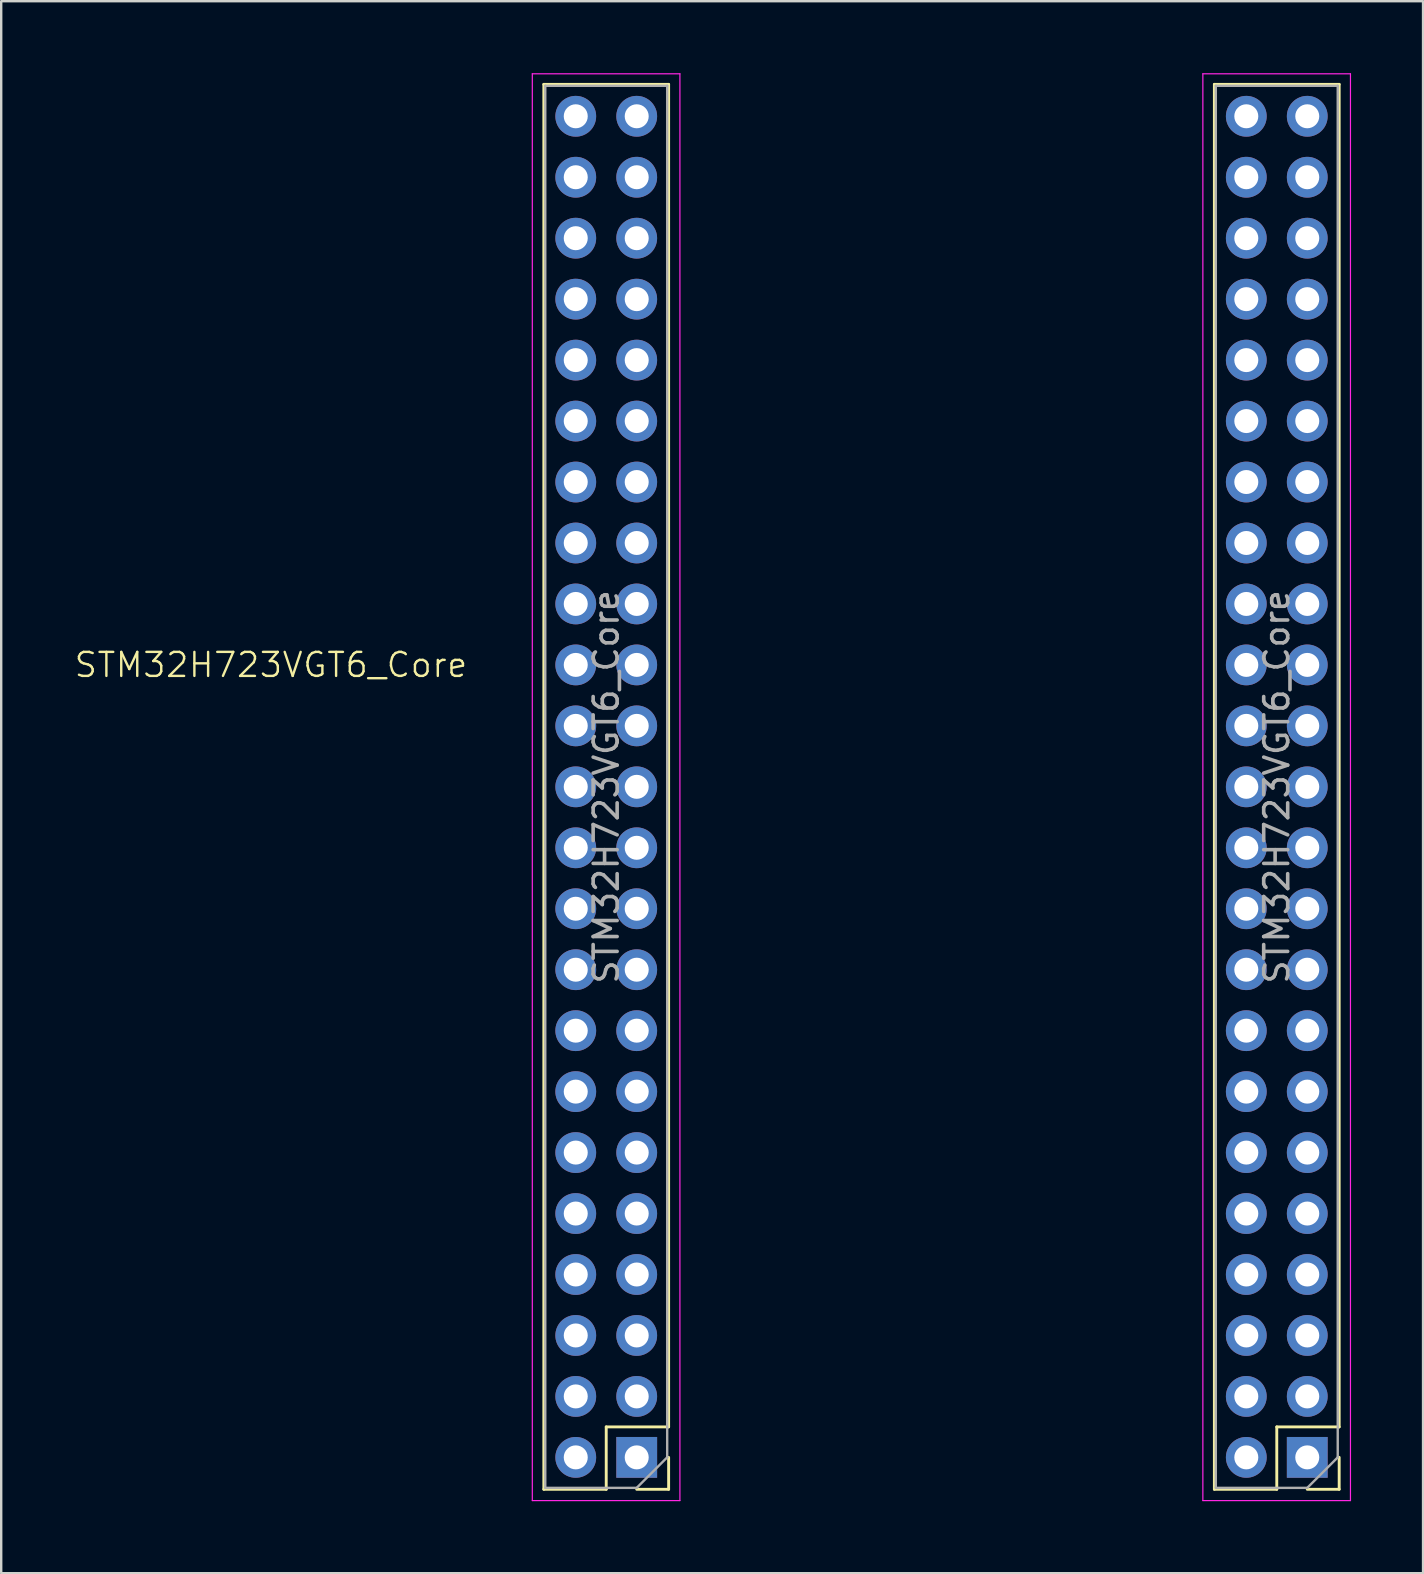
<source format=kicad_pcb>
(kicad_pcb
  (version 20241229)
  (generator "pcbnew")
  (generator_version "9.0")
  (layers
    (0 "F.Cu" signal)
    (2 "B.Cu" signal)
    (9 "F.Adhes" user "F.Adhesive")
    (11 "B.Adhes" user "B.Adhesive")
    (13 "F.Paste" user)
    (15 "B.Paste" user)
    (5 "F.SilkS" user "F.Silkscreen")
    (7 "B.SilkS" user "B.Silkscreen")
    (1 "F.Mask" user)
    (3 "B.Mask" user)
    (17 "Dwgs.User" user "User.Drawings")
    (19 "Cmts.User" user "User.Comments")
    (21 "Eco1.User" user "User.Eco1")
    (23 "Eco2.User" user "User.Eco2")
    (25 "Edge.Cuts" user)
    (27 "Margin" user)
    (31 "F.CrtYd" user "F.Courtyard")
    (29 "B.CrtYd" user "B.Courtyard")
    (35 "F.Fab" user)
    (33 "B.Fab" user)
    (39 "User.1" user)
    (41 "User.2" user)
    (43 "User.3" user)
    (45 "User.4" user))
  (footprint "STM32H723VGT6_Core"
    (layer "F.Cu")
    (at 20.94 29.735)
    (property "Reference" "STM32H723VGT6_Core" (at -12.7 -5.08 0) (unlocked yes) (layer "F.SilkS") (effects (font (size 1 1) (thickness 0.1))))
    (attr through_hole)
    (fp_line (start -1.33 29.27) (end -1.33 -29.27) (stroke (width 0.12) (type solid)) (layer "F.SilkS"))
    (fp_line (start 1.27 26.67) (end 1.27 29.27) (stroke (width 0.12) (type solid)) (layer "F.SilkS"))
    (fp_line (start 1.27 29.27) (end -1.33 29.27) (stroke (width 0.12) (type solid)) (layer "F.SilkS"))
    (fp_line (start 3.87 -29.27) (end -1.33 -29.27) (stroke (width 0.12) (type solid)) (layer "F.SilkS"))
    (fp_line (start 3.87 26.67) (end 1.27 26.67) (stroke (width 0.12) (type solid)) (layer "F.SilkS"))
    (fp_line (start 3.87 26.67) (end 3.87 -29.27) (stroke (width 0.12) (type solid)) (layer "F.SilkS"))
    (fp_line (start 3.87 27.94) (end 3.87 29.27) (stroke (width 0.12) (type solid)) (layer "F.SilkS"))
    (fp_line (start 3.87 29.27) (end 2.54 29.27) (stroke (width 0.12) (type solid)) (layer "F.SilkS"))
    (fp_line (start 26.61 29.27) (end 26.61 -29.27) (stroke (width 0.12) (type solid)) (layer "F.SilkS"))
    (fp_line (start 29.21 26.67) (end 29.21 29.27) (stroke (width 0.12) (type solid)) (layer "F.SilkS"))
    (fp_line (start 29.21 29.27) (end 26.61 29.27) (stroke (width 0.12) (type solid)) (layer "F.SilkS"))
    (fp_line (start 31.81 -29.27) (end 26.61 -29.27) (stroke (width 0.12) (type solid)) (layer "F.SilkS"))
    (fp_line (start 31.81 26.67) (end 29.21 26.67) (stroke (width 0.12) (type solid)) (layer "F.SilkS"))
    (fp_line (start 31.81 26.67) (end 31.81 -29.27) (stroke (width 0.12) (type solid)) (layer "F.SilkS"))
    (fp_line (start 31.81 27.94) (end 31.81 29.27) (stroke (width 0.12) (type solid)) (layer "F.SilkS"))
    (fp_line (start 31.81 29.27) (end 30.48 29.27) (stroke (width 0.12) (type solid)) (layer "F.SilkS"))
    (fp_line (start -1.81 -29.71) (end -1.81 29.74) (stroke (width 0.05) (type solid)) (layer "F.CrtYd"))
    (fp_line (start -1.81 29.74) (end 4.34 29.74) (stroke (width 0.05) (type solid)) (layer "F.CrtYd"))
    (fp_line (start 4.34 -29.71) (end -1.81 -29.71) (stroke (width 0.05) (type solid)) (layer "F.CrtYd"))
    (fp_line (start 4.34 29.74) (end 4.34 -29.71) (stroke (width 0.05) (type solid)) (layer "F.CrtYd"))
    (fp_line (start 26.13 -29.71) (end 26.13 29.74) (stroke (width 0.05) (type solid)) (layer "F.CrtYd"))
    (fp_line (start 26.13 29.74) (end 32.28 29.74) (stroke (width 0.05) (type solid)) (layer "F.CrtYd"))
    (fp_line (start 32.28 -29.71) (end 26.13 -29.71) (stroke (width 0.05) (type solid)) (layer "F.CrtYd"))
    (fp_line (start 32.28 29.74) (end 32.28 -29.71) (stroke (width 0.05) (type solid)) (layer "F.CrtYd"))
    (fp_line (start -1.27 -29.21) (end 3.81 -29.21) (stroke (width 0.1) (type solid)) (layer "F.Fab"))
    (fp_line (start -1.27 29.21) (end -1.27 -29.21) (stroke (width 0.1) (type solid)) (layer "F.Fab"))
    (fp_line (start 2.54 29.21) (end -1.27 29.21) (stroke (width 0.1) (type solid)) (layer "F.Fab"))
    (fp_line (start 3.81 -29.21) (end 3.81 27.94) (stroke (width 0.1) (type solid)) (layer "F.Fab"))
    (fp_line (start 3.81 27.94) (end 2.54 29.21) (stroke (width 0.1) (type solid)) (layer "F.Fab"))
    (fp_line (start 26.67 -29.21) (end 31.75 -29.21) (stroke (width 0.1) (type solid)) (layer "F.Fab"))
    (fp_line (start 26.67 29.21) (end 26.67 -29.21) (stroke (width 0.1) (type solid)) (layer "F.Fab"))
    (fp_line (start 30.48 29.21) (end 26.67 29.21) (stroke (width 0.1) (type solid)) (layer "F.Fab"))
    (fp_line (start 31.75 -29.21) (end 31.75 27.94) (stroke (width 0.1) (type solid)) (layer "F.Fab"))
    (fp_line (start 31.75 27.94) (end 30.48 29.21) (stroke (width 0.1) (type solid)) (layer "F.Fab"))
    (fp_text user "${REFERENCE}" (at 29.21 0 270) (layer "F.Fab") (effects (font (size 1 1) (thickness 0.15))))
    (fp_text user "${REFERENCE}" (at 1.27 0 270) (layer "F.Fab") (effects (font (size 1 1) (thickness 0.15))))
    (pad "1" thru_hole rect (at 2.54 27.94 180) (size 1.7 1.7) (drill 1) (layers "*.Cu" "*.Mask"))
    (pad "1" thru_hole rect (at 30.48 27.94 180) (size 1.7 1.7) (drill 1) (layers "*.Cu" "*.Mask"))
    (pad "2" thru_hole oval (at 0 27.94 180) (size 1.7 1.7) (drill 1) (layers "*.Cu" "*.Mask"))
    (pad "2" thru_hole oval (at 27.94 27.94 180) (size 1.7 1.7) (drill 1) (layers "*.Cu" "*.Mask"))
    (pad "3" thru_hole oval (at 2.54 25.4 180) (size 1.7 1.7) (drill 1) (layers "*.Cu" "*.Mask"))
    (pad "3" thru_hole oval (at 30.48 25.4 180) (size 1.7 1.7) (drill 1) (layers "*.Cu" "*.Mask"))
    (pad "4" thru_hole oval (at 0 25.4 180) (size 1.7 1.7) (drill 1) (layers "*.Cu" "*.Mask"))
    (pad "4" thru_hole oval (at 27.94 25.4 180) (size 1.7 1.7) (drill 1) (layers "*.Cu" "*.Mask"))
    (pad "5" thru_hole oval (at 2.54 22.86 180) (size 1.7 1.7) (drill 1) (layers "*.Cu" "*.Mask"))
    (pad "5" thru_hole oval (at 30.48 22.86 180) (size 1.7 1.7) (drill 1) (layers "*.Cu" "*.Mask"))
    (pad "6" thru_hole oval (at 0 22.86 180) (size 1.7 1.7) (drill 1) (layers "*.Cu" "*.Mask"))
    (pad "6" thru_hole oval (at 27.94 22.86 180) (size 1.7 1.7) (drill 1) (layers "*.Cu" "*.Mask"))
    (pad "7" thru_hole oval (at 2.54 20.32 180) (size 1.7 1.7) (drill 1) (layers "*.Cu" "*.Mask"))
    (pad "7" thru_hole oval (at 30.48 20.32 180) (size 1.7 1.7) (drill 1) (layers "*.Cu" "*.Mask"))
    (pad "8" thru_hole oval (at 0 20.32 180) (size 1.7 1.7) (drill 1) (layers "*.Cu" "*.Mask"))
    (pad "8" thru_hole oval (at 27.94 20.32 180) (size 1.7 1.7) (drill 1) (layers "*.Cu" "*.Mask"))
    (pad "9" thru_hole oval (at 2.54 17.78 180) (size 1.7 1.7) (drill 1) (layers "*.Cu" "*.Mask"))
    (pad "9" thru_hole oval (at 30.48 17.78 180) (size 1.7 1.7) (drill 1) (layers "*.Cu" "*.Mask"))
    (pad "10" thru_hole oval (at 0 17.78 180) (size 1.7 1.7) (drill 1) (layers "*.Cu" "*.Mask"))
    (pad "10" thru_hole oval (at 27.94 17.78 180) (size 1.7 1.7) (drill 1) (layers "*.Cu" "*.Mask"))
    (pad "11" thru_hole oval (at 2.54 15.24 180) (size 1.7 1.7) (drill 1) (layers "*.Cu" "*.Mask"))
    (pad "11" thru_hole oval (at 30.48 15.24 180) (size 1.7 1.7) (drill 1) (layers "*.Cu" "*.Mask"))
    (pad "12" thru_hole oval (at 0 15.24 180) (size 1.7 1.7) (drill 1) (layers "*.Cu" "*.Mask"))
    (pad "12" thru_hole oval (at 27.94 15.24 180) (size 1.7 1.7) (drill 1) (layers "*.Cu" "*.Mask"))
    (pad "13" thru_hole oval (at 2.54 12.7 180) (size 1.7 1.7) (drill 1) (layers "*.Cu" "*.Mask"))
    (pad "13" thru_hole oval (at 30.48 12.7 180) (size 1.7 1.7) (drill 1) (layers "*.Cu" "*.Mask"))
    (pad "14" thru_hole oval (at 0 12.7 180) (size 1.7 1.7) (drill 1) (layers "*.Cu" "*.Mask"))
    (pad "14" thru_hole oval (at 27.94 12.7 180) (size 1.7 1.7) (drill 1) (layers "*.Cu" "*.Mask"))
    (pad "15" thru_hole oval (at 2.54 10.16 180) (size 1.7 1.7) (drill 1) (layers "*.Cu" "*.Mask"))
    (pad "15" thru_hole oval (at 30.48 10.16 180) (size 1.7 1.7) (drill 1) (layers "*.Cu" "*.Mask"))
    (pad "16" thru_hole oval (at 0 10.16 180) (size 1.7 1.7) (drill 1) (layers "*.Cu" "*.Mask"))
    (pad "16" thru_hole oval (at 27.94 10.16 180) (size 1.7 1.7) (drill 1) (layers "*.Cu" "*.Mask"))
    (pad "17" thru_hole oval (at 2.54 7.62 180) (size 1.7 1.7) (drill 1) (layers "*.Cu" "*.Mask"))
    (pad "17" thru_hole oval (at 30.48 7.62 180) (size 1.7 1.7) (drill 1) (layers "*.Cu" "*.Mask"))
    (pad "18" thru_hole oval (at 0 7.62 180) (size 1.7 1.7) (drill 1) (layers "*.Cu" "*.Mask"))
    (pad "18" thru_hole oval (at 27.94 7.62 180) (size 1.7 1.7) (drill 1) (layers "*.Cu" "*.Mask"))
    (pad "19" thru_hole oval (at 2.54 5.08 180) (size 1.7 1.7) (drill 1) (layers "*.Cu" "*.Mask"))
    (pad "19" thru_hole oval (at 30.48 5.08 180) (size 1.7 1.7) (drill 1) (layers "*.Cu" "*.Mask"))
    (pad "20" thru_hole oval (at 0 5.08 180) (size 1.7 1.7) (drill 1) (layers "*.Cu" "*.Mask"))
    (pad "20" thru_hole oval (at 27.94 5.08 180) (size 1.7 1.7) (drill 1) (layers "*.Cu" "*.Mask"))
    (pad "21" thru_hole oval (at 2.54 2.54 180) (size 1.7 1.7) (drill 1) (layers "*.Cu" "*.Mask"))
    (pad "21" thru_hole oval (at 30.48 2.54 180) (size 1.7 1.7) (drill 1) (layers "*.Cu" "*.Mask"))
    (pad "22" thru_hole oval (at 0 2.54 180) (size 1.7 1.7) (drill 1) (layers "*.Cu" "*.Mask"))
    (pad "22" thru_hole oval (at 27.94 2.54 180) (size 1.7 1.7) (drill 1) (layers "*.Cu" "*.Mask"))
    (pad "23" thru_hole oval (at 2.54 0 180) (size 1.7 1.7) (drill 1) (layers "*.Cu" "*.Mask"))
    (pad "23" thru_hole oval (at 30.48 0 180) (size 1.7 1.7) (drill 1) (layers "*.Cu" "*.Mask"))
    (pad "24" thru_hole oval (at 0 0 180) (size 1.7 1.7) (drill 1) (layers "*.Cu" "*.Mask"))
    (pad "24" thru_hole oval (at 27.94 0 180) (size 1.7 1.7) (drill 1) (layers "*.Cu" "*.Mask"))
    (pad "25" thru_hole oval (at 2.54 -2.54 180) (size 1.7 1.7) (drill 1) (layers "*.Cu" "*.Mask"))
    (pad "25" thru_hole oval (at 30.48 -2.54 180) (size 1.7 1.7) (drill 1) (layers "*.Cu" "*.Mask"))
    (pad "26" thru_hole oval (at 0 -2.54 180) (size 1.7 1.7) (drill 1) (layers "*.Cu" "*.Mask"))
    (pad "26" thru_hole oval (at 27.94 -2.54 180) (size 1.7 1.7) (drill 1) (layers "*.Cu" "*.Mask"))
    (pad "27" thru_hole oval (at 2.54 -5.08 180) (size 1.7 1.7) (drill 1) (layers "*.Cu" "*.Mask"))
    (pad "27" thru_hole oval (at 30.48 -5.08 180) (size 1.7 1.7) (drill 1) (layers "*.Cu" "*.Mask"))
    (pad "28" thru_hole oval (at 0 -5.08 180) (size 1.7 1.7) (drill 1) (layers "*.Cu" "*.Mask"))
    (pad "28" thru_hole oval (at 27.94 -5.08 180) (size 1.7 1.7) (drill 1) (layers "*.Cu" "*.Mask"))
    (pad "29" thru_hole oval (at 2.54 -7.62 180) (size 1.7 1.7) (drill 1) (layers "*.Cu" "*.Mask"))
    (pad "29" thru_hole oval (at 30.48 -7.62 180) (size 1.7 1.7) (drill 1) (layers "*.Cu" "*.Mask"))
    (pad "30" thru_hole oval (at 0 -7.62 180) (size 1.7 1.7) (drill 1) (layers "*.Cu" "*.Mask"))
    (pad "30" thru_hole oval (at 27.94 -7.62 180) (size 1.7 1.7) (drill 1) (layers "*.Cu" "*.Mask"))
    (pad "31" thru_hole oval (at 2.54 -10.16 180) (size 1.7 1.7) (drill 1) (layers "*.Cu" "*.Mask"))
    (pad "31" thru_hole oval (at 30.48 -10.16 180) (size 1.7 1.7) (drill 1) (layers "*.Cu" "*.Mask"))
    (pad "32" thru_hole oval (at 0 -10.16 180) (size 1.7 1.7) (drill 1) (layers "*.Cu" "*.Mask"))
    (pad "32" thru_hole oval (at 27.94 -10.16 180) (size 1.7 1.7) (drill 1) (layers "*.Cu" "*.Mask"))
    (pad "33" thru_hole oval (at 2.54 -12.7 180) (size 1.7 1.7) (drill 1) (layers "*.Cu" "*.Mask"))
    (pad "33" thru_hole oval (at 30.48 -12.7 180) (size 1.7 1.7) (drill 1) (layers "*.Cu" "*.Mask"))
    (pad "34" thru_hole oval (at 0 -12.7 180) (size 1.7 1.7) (drill 1) (layers "*.Cu" "*.Mask"))
    (pad "34" thru_hole oval (at 27.94 -12.7 180) (size 1.7 1.7) (drill 1) (layers "*.Cu" "*.Mask"))
    (pad "35" thru_hole oval (at 2.54 -15.24 180) (size 1.7 1.7) (drill 1) (layers "*.Cu" "*.Mask"))
    (pad "35" thru_hole oval (at 30.48 -15.24 180) (size 1.7 1.7) (drill 1) (layers "*.Cu" "*.Mask"))
    (pad "36" thru_hole oval (at 0 -15.24 180) (size 1.7 1.7) (drill 1) (layers "*.Cu" "*.Mask"))
    (pad "36" thru_hole oval (at 27.94 -15.24 180) (size 1.7 1.7) (drill 1) (layers "*.Cu" "*.Mask"))
    (pad "37" thru_hole oval (at 2.54 -17.78 180) (size 1.7 1.7) (drill 1) (layers "*.Cu" "*.Mask"))
    (pad "37" thru_hole oval (at 30.48 -17.78 180) (size 1.7 1.7) (drill 1) (layers "*.Cu" "*.Mask"))
    (pad "38" thru_hole oval (at 0 -17.78 180) (size 1.7 1.7) (drill 1) (layers "*.Cu" "*.Mask"))
    (pad "38" thru_hole oval (at 27.94 -17.78 180) (size 1.7 1.7) (drill 1) (layers "*.Cu" "*.Mask"))
    (pad "39" thru_hole oval (at 2.54 -20.32 180) (size 1.7 1.7) (drill 1) (layers "*.Cu" "*.Mask"))
    (pad "39" thru_hole oval (at 30.48 -20.32 180) (size 1.7 1.7) (drill 1) (layers "*.Cu" "*.Mask"))
    (pad "40" thru_hole oval (at 0 -20.32 180) (size 1.7 1.7) (drill 1) (layers "*.Cu" "*.Mask"))
    (pad "40" thru_hole oval (at 27.94 -20.32 180) (size 1.7 1.7) (drill 1) (layers "*.Cu" "*.Mask"))
    (pad "41" thru_hole oval (at 2.54 -22.86 180) (size 1.7 1.7) (drill 1) (layers "*.Cu" "*.Mask"))
    (pad "41" thru_hole oval (at 30.48 -22.86 180) (size 1.7 1.7) (drill 1) (layers "*.Cu" "*.Mask"))
    (pad "42" thru_hole oval (at 0 -22.86 180) (size 1.7 1.7) (drill 1) (layers "*.Cu" "*.Mask"))
    (pad "42" thru_hole oval (at 27.94 -22.86 180) (size 1.7 1.7) (drill 1) (layers "*.Cu" "*.Mask"))
    (pad "43" thru_hole oval (at 2.54 -25.4 180) (size 1.7 1.7) (drill 1) (layers "*.Cu" "*.Mask"))
    (pad "43" thru_hole oval (at 30.48 -25.4 180) (size 1.7 1.7) (drill 1) (layers "*.Cu" "*.Mask"))
    (pad "44" thru_hole oval (at 0 -25.4 180) (size 1.7 1.7) (drill 1) (layers "*.Cu" "*.Mask"))
    (pad "44" thru_hole oval (at 27.94 -25.4 180) (size 1.7 1.7) (drill 1) (layers "*.Cu" "*.Mask"))
    (pad "45" thru_hole oval (at 2.54 -27.94 180) (size 1.7 1.7) (drill 1) (layers "*.Cu" "*.Mask"))
    (pad "45" thru_hole oval (at 30.48 -27.94 180) (size 1.7 1.7) (drill 1) (layers "*.Cu" "*.Mask"))
    (pad "46" thru_hole oval (at 0 -27.94 180) (size 1.7 1.7) (drill 1) (layers "*.Cu" "*.Mask"))
    (pad "46" thru_hole oval (at 27.94 -27.94 180) (size 1.7 1.7) (drill 1) (layers "*.Cu" "*.Mask")))
  (gr_rect
    (start -3 -3)
    (end 56.245 62.5)
    (stroke (width 0.1) (type default))
    (fill no)
    (layer "Edge.Cuts")))
</source>
